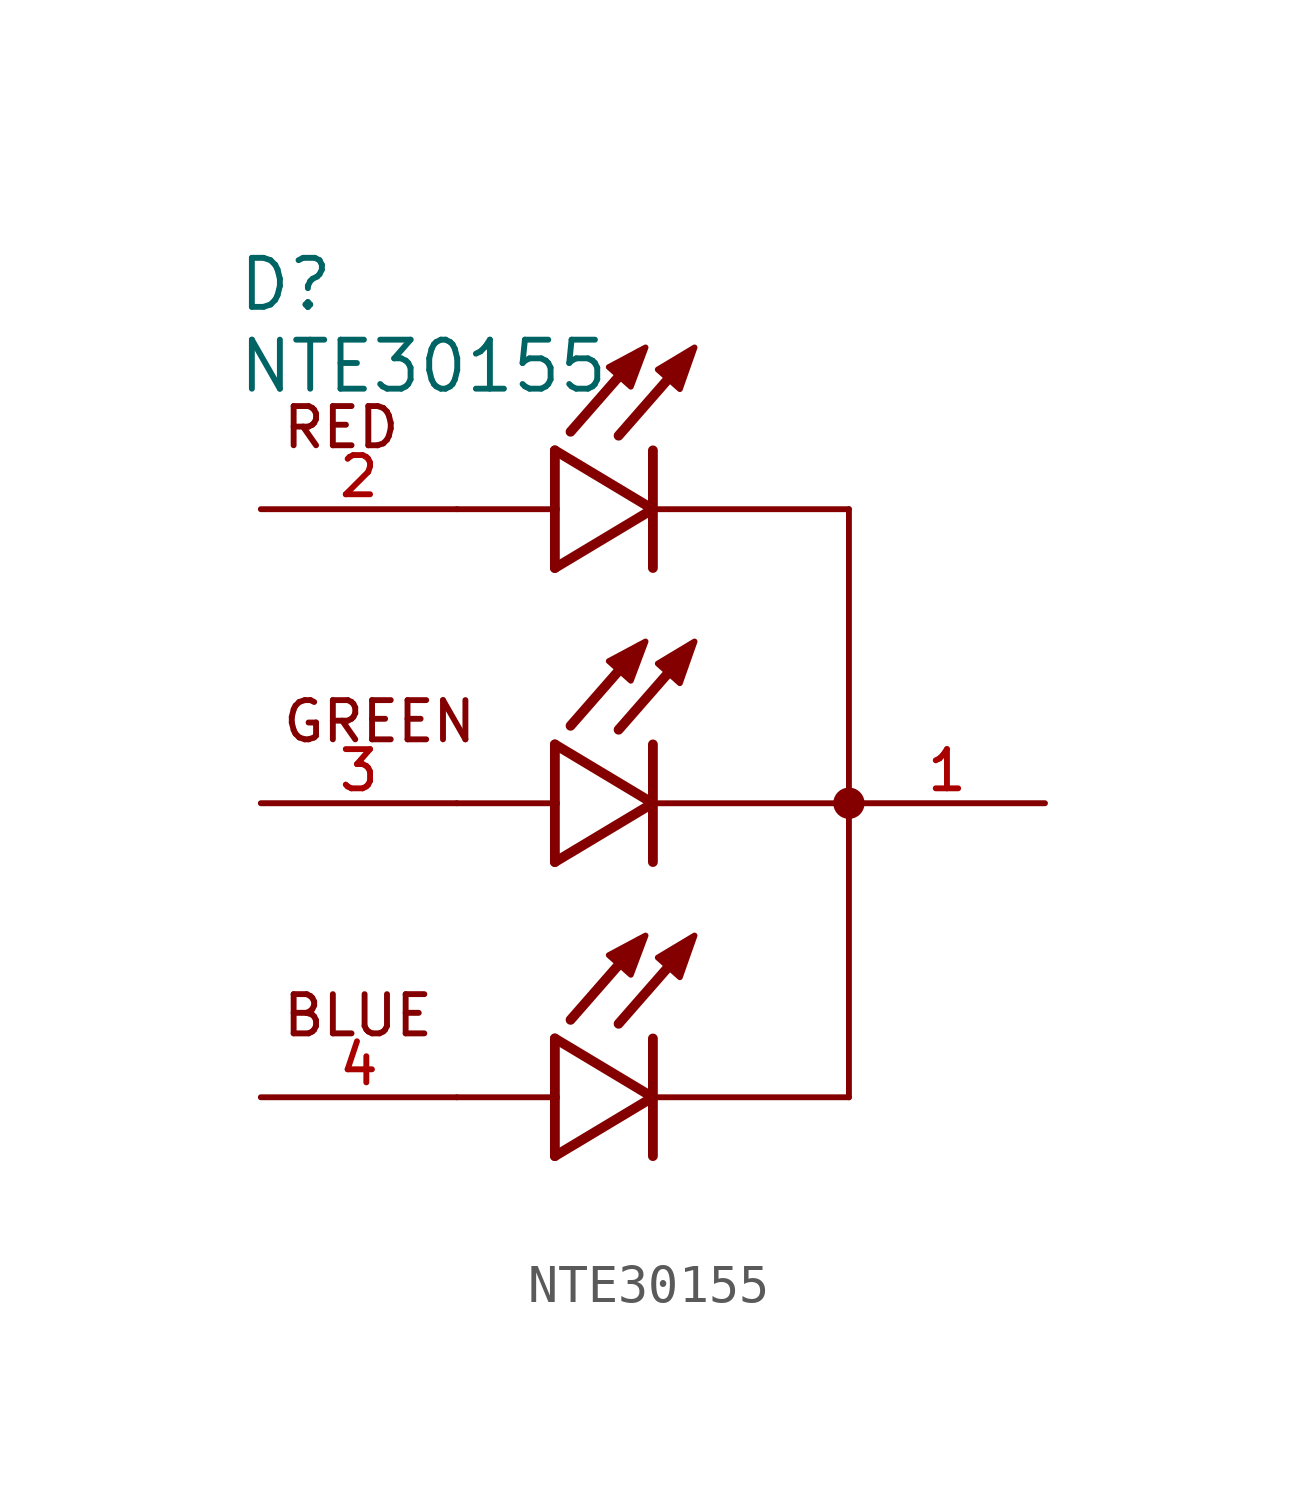
<source format=kicad_sym>
(kicad_symbol_lib
  (version 20211014)
  (generator kicad_symbol_editor)
  (symbol "NTE30155"
    (pin_names
      (offset 1.016))
    (property "Reference" "D"
      (at -10.795 12.7 0)
      (effects (font (size 1.27 1.27)) (justify bottom left)))
    (property "Value" "NTE30155"
      (at -10.795 12.065 0)
      (effects (font (size 1.27 1.27)) (justify top left)))
    (symbol "NTE30155_0_0"
      (circle (center 5.08 0.0) (radius 0.203) (stroke (width 0.406)) (fill (type none)))
      (text "RED" (at -9.652 9.144 0) (effects (font (size 1.016 1.016)) (justify bottom left)))
      (text "GREEN" (at -9.652 1.524 0) (effects (font (size 1.016 1.016)) (justify bottom left)))
      (text "BLUE" (at -9.652 -6.096 0) (effects (font (size 1.016 1.016)) (justify bottom left)))
      (polyline (pts (xy 5.08 7.62) (xy 5.08 0.0)) (stroke (width 0.152)))
      (polyline (pts (xy 5.08 0.0) (xy 5.08 -7.62)) (stroke (width 0.152)))
      (polyline (pts (xy -2.54 9.144) (xy -2.54 7.62)) (stroke (width 0.254)))
      (polyline (pts (xy -2.54 7.62) (xy -2.54 6.096)) (stroke (width 0.254)))
      (polyline (pts (xy -2.54 6.096) (xy 0.0 7.62)) (stroke (width 0.254)))
      (polyline (pts (xy 0.0 7.62) (xy -2.54 9.144)) (stroke (width 0.254)))
      (polyline (pts (xy 0.0 9.144) (xy 0.0 7.62)) (stroke (width 0.254)))
      (polyline (pts (xy 0.0 7.62) (xy 0.0 6.096)) (stroke (width 0.254)))
      (polyline (pts (xy -2.54 7.62) (xy -5.08 7.62)) (stroke (width 0.152)))
      (polyline (pts (xy 0.889 11.557) (xy -0.889 9.525)) (stroke (width 0.254)))
      (polyline (pts (xy -0.356 11.659) (xy -2.134 9.627)) (stroke (width 0.254)))
      (polyline (pts (xy 5.08 7.62) (xy 0.0 7.62)) (stroke (width 0.152)))
      (polyline (pts (xy -1.143 11.303) (xy -0.572 10.795) (xy -0.191 11.811) (xy -1.143 11.303)) (stroke (width 0.152)) (fill (type outline)))
      (polyline (pts (xy 0.127 11.239) (xy 0.699 10.732) (xy 1.079 11.811) (xy 0.127 11.239)) (stroke (width 0.152)) (fill (type outline)))
      (polyline (pts (xy -2.54 1.524) (xy -2.54 0.0)) (stroke (width 0.254)))
      (polyline (pts (xy -2.54 0.0) (xy -2.54 -1.524)) (stroke (width 0.254)))
      (polyline (pts (xy -2.54 -1.524) (xy 0.0 0.0)) (stroke (width 0.254)))
      (polyline (pts (xy 0.0 0.0) (xy -2.54 1.524)) (stroke (width 0.254)))
      (polyline (pts (xy 0.0 1.524) (xy 0.0 0.0)) (stroke (width 0.254)))
      (polyline (pts (xy 0.0 0.0) (xy 0.0 -1.524)) (stroke (width 0.254)))
      (polyline (pts (xy -2.54 0.0) (xy -5.08 0.0)) (stroke (width 0.152)))
      (polyline (pts (xy 0.889 3.937) (xy -0.889 1.905)) (stroke (width 0.254)))
      (polyline (pts (xy -0.356 4.039) (xy -2.134 2.007)) (stroke (width 0.254)))
      (polyline (pts (xy 5.08 0.0) (xy 0.0 0.0)) (stroke (width 0.152)))
      (polyline (pts (xy -1.143 3.683) (xy -0.572 3.175) (xy -0.191 4.191) (xy -1.143 3.683)) (stroke (width 0.152)) (fill (type outline)))
      (polyline (pts (xy 0.127 3.619) (xy 0.699 3.111) (xy 1.079 4.191) (xy 0.127 3.619)) (stroke (width 0.152)) (fill (type outline)))
      (polyline (pts (xy -2.54 -6.096) (xy -2.54 -7.62)) (stroke (width 0.254)))
      (polyline (pts (xy -2.54 -7.62) (xy -2.54 -9.144)) (stroke (width 0.254)))
      (polyline (pts (xy -2.54 -9.144) (xy 0.0 -7.62)) (stroke (width 0.254)))
      (polyline (pts (xy 0.0 -7.62) (xy -2.54 -6.096)) (stroke (width 0.254)))
      (polyline (pts (xy 0.0 -6.096) (xy 0.0 -7.62)) (stroke (width 0.254)))
      (polyline (pts (xy 0.0 -7.62) (xy 0.0 -9.144)) (stroke (width 0.254)))
      (polyline (pts (xy -2.54 -7.62) (xy -5.08 -7.62)) (stroke (width 0.152)))
      (polyline (pts (xy 0.889 -3.683) (xy -0.889 -5.715)) (stroke (width 0.254)))
      (polyline (pts (xy -0.356 -3.581) (xy -2.134 -5.613)) (stroke (width 0.254)))
      (polyline (pts (xy 5.08 -7.62) (xy 0.0 -7.62)) (stroke (width 0.152)))
      (polyline (pts (xy -1.143 -3.937) (xy -0.572 -4.445) (xy -0.191 -3.429) (xy -1.143 -3.937)) (stroke (width 0.152)) (fill (type outline)))
      (polyline (pts (xy 0.127 -4) (xy 0.699 -4.508) (xy 1.079 -3.429) (xy 0.127 -4)) (stroke (width 0.152)) (fill (type outline)))
      (pin passive line (at -10.16 7.62 0) (length 5.08) (name "~" (effects (font (size 1.016 1.016)))) (number "2" (effects (font (size 1.016 1.016)))))
      (pin passive line (at 10.16 0.0 180.0) (length 5.08) (name "~" (effects (font (size 1.016 1.016)))) (number "1" (effects (font (size 1.016 1.016)))))
      (pin passive line (at -10.16 0.0 0) (length 5.08) (name "~" (effects (font (size 1.016 1.016)))) (number "3" (effects (font (size 1.016 1.016)))))
      (pin passive line (at -10.16 -7.62 0) (length 5.08) (name "~" (effects (font (size 1.016 1.016)))) (number "4" (effects (font (size 1.016 1.016))))))))
</source>
